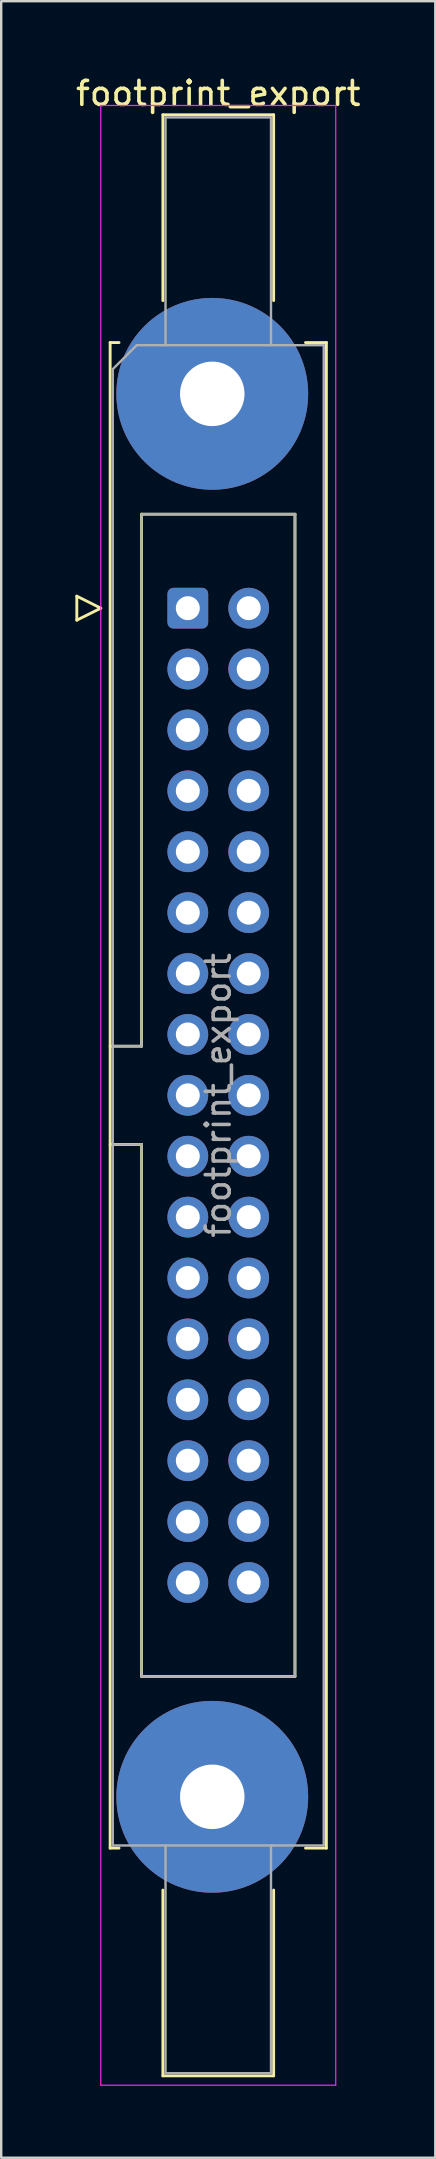
<source format=kicad_pcb>
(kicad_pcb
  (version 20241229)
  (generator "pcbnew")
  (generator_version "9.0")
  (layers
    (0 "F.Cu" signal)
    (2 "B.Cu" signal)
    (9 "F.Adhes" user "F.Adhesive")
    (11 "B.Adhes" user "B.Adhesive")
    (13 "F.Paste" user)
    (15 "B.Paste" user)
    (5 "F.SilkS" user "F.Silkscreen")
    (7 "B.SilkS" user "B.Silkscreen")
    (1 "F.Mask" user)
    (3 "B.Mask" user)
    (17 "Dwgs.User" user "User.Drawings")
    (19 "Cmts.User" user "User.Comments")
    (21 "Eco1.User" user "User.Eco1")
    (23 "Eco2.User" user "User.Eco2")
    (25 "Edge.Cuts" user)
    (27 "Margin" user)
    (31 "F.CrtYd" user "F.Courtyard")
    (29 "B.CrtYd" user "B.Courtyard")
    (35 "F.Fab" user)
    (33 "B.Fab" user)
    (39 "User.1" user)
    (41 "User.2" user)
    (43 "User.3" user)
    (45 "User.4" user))
  (footprint "footprint_export"
    (layer "F.Cu")
    (at 4.784 22.318)
    (property "Reference" "footprint_export" (at 1.27 -21.47 0) (layer "F.SilkS") (effects (font (size 1 1) (thickness 0.15))))
    (attr through_hole)
    (fp_line (start -4.63 -0.5) (end -4.63 0.5) (stroke (width 0.12) (type solid)) (layer "F.SilkS"))
    (fp_line (start -4.63 0.5) (end -3.63 0) (stroke (width 0.12) (type solid)) (layer "F.SilkS"))
    (fp_line (start -3.63 0) (end -4.63 -0.5) (stroke (width 0.12) (type solid)) (layer "F.SilkS"))
    (fp_line (start -3.24 -11.08) (end -3.24 51.72) (stroke (width 0.12) (type solid)) (layer "F.SilkS"))
    (fp_line (start -3.24 18.27) (end -1.93 18.27) (stroke (width 0.12) (type solid)) (layer "F.SilkS"))
    (fp_line (start -3.24 51.72) (end -2.87 51.72) (stroke (width 0.12) (type solid)) (layer "F.SilkS"))
    (fp_line (start -2.87 -11.08) (end -3.24 -11.08) (stroke (width 0.12) (type solid)) (layer "F.SilkS"))
    (fp_line (start -1.93 -3.92) (end 4.47 -3.92) (stroke (width 0.12) (type solid)) (layer "F.SilkS"))
    (fp_line (start -1.93 18.27) (end -1.93 -3.92) (stroke (width 0.12) (type solid)) (layer "F.SilkS"))
    (fp_line (start -1.93 22.37) (end -3.24 22.37) (stroke (width 0.12) (type solid)) (layer "F.SilkS"))
    (fp_line (start -1.93 22.37) (end -1.93 22.37) (stroke (width 0.12) (type solid)) (layer "F.SilkS"))
    (fp_line (start -1.93 44.56) (end -1.93 22.37) (stroke (width 0.12) (type solid)) (layer "F.SilkS"))
    (fp_line (start -1.04 -20.58) (end 3.58 -20.58) (stroke (width 0.12) (type solid)) (layer "F.SilkS"))
    (fp_line (start -1.04 -12.83) (end -1.04 -20.58) (stroke (width 0.12) (type solid)) (layer "F.SilkS"))
    (fp_line (start -1.04 53.47) (end -1.04 61.22) (stroke (width 0.12) (type solid)) (layer "F.SilkS"))
    (fp_line (start -1.04 61.22) (end 3.58 61.22) (stroke (width 0.12) (type solid)) (layer "F.SilkS"))
    (fp_line (start 3.58 -20.58) (end 3.58 -12.83) (stroke (width 0.12) (type solid)) (layer "F.SilkS"))
    (fp_line (start 3.58 61.22) (end 3.58 53.47) (stroke (width 0.12) (type solid)) (layer "F.SilkS"))
    (fp_line (start 4.47 -3.92) (end 4.47 44.56) (stroke (width 0.12) (type solid)) (layer "F.SilkS"))
    (fp_line (start 4.47 44.56) (end -1.93 44.56) (stroke (width 0.12) (type solid)) (layer "F.SilkS"))
    (fp_line (start 4.91 -11.08) (end 5.78 -11.08) (stroke (width 0.12) (type solid)) (layer "F.SilkS"))
    (fp_line (start 5.78 -11.08) (end 5.78 51.72) (stroke (width 0.12) (type solid)) (layer "F.SilkS"))
    (fp_line (start 5.78 51.72) (end 4.91 51.72) (stroke (width 0.12) (type solid)) (layer "F.SilkS"))
    (fp_line (start -3.63 -20.97) (end -3.63 61.61) (stroke (width 0.05) (type solid)) (layer "F.CrtYd"))
    (fp_line (start -3.63 61.61) (end 6.17 61.61) (stroke (width 0.05) (type solid)) (layer "F.CrtYd"))
    (fp_line (start 6.17 -20.97) (end -3.63 -20.97) (stroke (width 0.05) (type solid)) (layer "F.CrtYd"))
    (fp_line (start 6.17 61.61) (end 6.17 -20.97) (stroke (width 0.05) (type solid)) (layer "F.CrtYd"))
    (fp_line (start -3.13 -9.97) (end -2.13 -10.97) (stroke (width 0.1) (type solid)) (layer "F.Fab"))
    (fp_line (start -3.13 18.27) (end -1.93 18.27) (stroke (width 0.1) (type solid)) (layer "F.Fab"))
    (fp_line (start -3.13 51.61) (end -3.13 -9.97) (stroke (width 0.1) (type solid)) (layer "F.Fab"))
    (fp_line (start -2.13 -10.97) (end 5.67 -10.97) (stroke (width 0.1) (type solid)) (layer "F.Fab"))
    (fp_line (start -1.93 -3.92) (end 4.47 -3.92) (stroke (width 0.1) (type solid)) (layer "F.Fab"))
    (fp_line (start -1.93 18.27) (end -1.93 -3.92) (stroke (width 0.1) (type solid)) (layer "F.Fab"))
    (fp_line (start -1.93 22.37) (end -3.13 22.37) (stroke (width 0.1) (type solid)) (layer "F.Fab"))
    (fp_line (start -1.93 22.37) (end -1.93 22.37) (stroke (width 0.1) (type solid)) (layer "F.Fab"))
    (fp_line (start -1.93 44.56) (end -1.93 22.37) (stroke (width 0.1) (type solid)) (layer "F.Fab"))
    (fp_line (start -0.93 -20.47) (end 3.47 -20.47) (stroke (width 0.1) (type solid)) (layer "F.Fab"))
    (fp_line (start -0.93 -10.97) (end -0.93 -20.47) (stroke (width 0.1) (type solid)) (layer "F.Fab"))
    (fp_line (start -0.93 51.61) (end -0.93 61.11) (stroke (width 0.1) (type solid)) (layer "F.Fab"))
    (fp_line (start -0.93 61.11) (end 3.47 61.11) (stroke (width 0.1) (type solid)) (layer "F.Fab"))
    (fp_line (start 3.47 -20.47) (end 3.47 -10.97) (stroke (width 0.1) (type solid)) (layer "F.Fab"))
    (fp_line (start 3.47 61.11) (end 3.47 51.61) (stroke (width 0.1) (type solid)) (layer "F.Fab"))
    (fp_line (start 4.47 -3.92) (end 4.47 44.56) (stroke (width 0.1) (type solid)) (layer "F.Fab"))
    (fp_line (start 4.47 44.56) (end -1.93 44.56) (stroke (width 0.1) (type solid)) (layer "F.Fab"))
    (fp_line (start 5.67 -10.97) (end 5.67 51.61) (stroke (width 0.1) (type solid)) (layer "F.Fab"))
    (fp_line (start 5.67 51.61) (end -3.13 51.61) (stroke (width 0.1) (type solid)) (layer "F.Fab"))
    (fp_text user "${REFERENCE}" (at 1.27 20.32 90) (layer "F.Fab") (effects (font (size 1 1) (thickness 0.15))))
    (pad "1" thru_hole roundrect (at 0 0) (size 1.7 1.7) (drill 1) (layers "*.Cu" "*.Mask") (roundrect_rratio 0.147))
    (pad "2" thru_hole circle (at 2.54 0) (size 1.7 1.7) (drill 1) (layers "*.Cu" "*.Mask"))
    (pad "3" thru_hole circle (at 0 2.54) (size 1.7 1.7) (drill 1) (layers "*.Cu" "*.Mask"))
    (pad "4" thru_hole circle (at 2.54 2.54) (size 1.7 1.7) (drill 1) (layers "*.Cu" "*.Mask"))
    (pad "5" thru_hole circle (at 0 5.08) (size 1.7 1.7) (drill 1) (layers "*.Cu" "*.Mask"))
    (pad "6" thru_hole circle (at 2.54 5.08) (size 1.7 1.7) (drill 1) (layers "*.Cu" "*.Mask"))
    (pad "7" thru_hole circle (at 0 7.62) (size 1.7 1.7) (drill 1) (layers "*.Cu" "*.Mask"))
    (pad "8" thru_hole circle (at 2.54 7.62) (size 1.7 1.7) (drill 1) (layers "*.Cu" "*.Mask"))
    (pad "9" thru_hole circle (at 0 10.16) (size 1.7 1.7) (drill 1) (layers "*.Cu" "*.Mask"))
    (pad "10" thru_hole circle (at 2.54 10.16) (size 1.7 1.7) (drill 1) (layers "*.Cu" "*.Mask"))
    (pad "11" thru_hole circle (at 0 12.7) (size 1.7 1.7) (drill 1) (layers "*.Cu" "*.Mask"))
    (pad "12" thru_hole circle (at 2.54 12.7) (size 1.7 1.7) (drill 1) (layers "*.Cu" "*.Mask"))
    (pad "13" thru_hole circle (at 0 15.24) (size 1.7 1.7) (drill 1) (layers "*.Cu" "*.Mask"))
    (pad "14" thru_hole circle (at 2.54 15.24) (size 1.7 1.7) (drill 1) (layers "*.Cu" "*.Mask"))
    (pad "15" thru_hole circle (at 0 17.78) (size 1.7 1.7) (drill 1) (layers "*.Cu" "*.Mask"))
    (pad "16" thru_hole circle (at 2.54 17.78) (size 1.7 1.7) (drill 1) (layers "*.Cu" "*.Mask"))
    (pad "17" thru_hole circle (at 0 20.32) (size 1.7 1.7) (drill 1) (layers "*.Cu" "*.Mask"))
    (pad "18" thru_hole circle (at 2.54 20.32) (size 1.7 1.7) (drill 1) (layers "*.Cu" "*.Mask"))
    (pad "19" thru_hole circle (at 0 22.86) (size 1.7 1.7) (drill 1) (layers "*.Cu" "*.Mask"))
    (pad "20" thru_hole circle (at 2.54 22.86) (size 1.7 1.7) (drill 1) (layers "*.Cu" "*.Mask"))
    (pad "21" thru_hole circle (at 0 25.4) (size 1.7 1.7) (drill 1) (layers "*.Cu" "*.Mask"))
    (pad "22" thru_hole circle (at 2.54 25.4) (size 1.7 1.7) (drill 1) (layers "*.Cu" "*.Mask"))
    (pad "23" thru_hole circle (at 0 27.94) (size 1.7 1.7) (drill 1) (layers "*.Cu" "*.Mask"))
    (pad "24" thru_hole circle (at 2.54 27.94) (size 1.7 1.7) (drill 1) (layers "*.Cu" "*.Mask"))
    (pad "25" thru_hole circle (at 0 30.48) (size 1.7 1.7) (drill 1) (layers "*.Cu" "*.Mask"))
    (pad "26" thru_hole circle (at 2.54 30.48) (size 1.7 1.7) (drill 1) (layers "*.Cu" "*.Mask"))
    (pad "27" thru_hole circle (at 0 33.02) (size 1.7 1.7) (drill 1) (layers "*.Cu" "*.Mask"))
    (pad "28" thru_hole circle (at 2.54 33.02) (size 1.7 1.7) (drill 1) (layers "*.Cu" "*.Mask"))
    (pad "29" thru_hole circle (at 0 35.56) (size 1.7 1.7) (drill 1) (layers "*.Cu" "*.Mask"))
    (pad "30" thru_hole circle (at 2.54 35.56) (size 1.7 1.7) (drill 1) (layers "*.Cu" "*.Mask"))
    (pad "31" thru_hole circle (at 0 38.1) (size 1.7 1.7) (drill 1) (layers "*.Cu" "*.Mask"))
    (pad "32" thru_hole circle (at 2.54 38.1) (size 1.7 1.7) (drill 1) (layers "*.Cu" "*.Mask"))
    (pad "33" thru_hole circle (at 0 40.64) (size 1.7 1.7) (drill 1) (layers "*.Cu" "*.Mask"))
    (pad "34" thru_hole circle (at 2.54 40.64) (size 1.7 1.7) (drill 1) (layers "*.Cu" "*.Mask"))
    (pad "MP" thru_hole circle (at 1.02 -8.94) (size 8 8) (drill 2.69) (layers "*.Cu" "*.Mask"))
    (pad "MP" thru_hole circle (at 1.02 49.58) (size 8 8) (drill 2.69) (layers "*.Cu" "*.Mask")))
  (gr_rect
    (start -3 -3)
    (end 15.107 86.953)
    (stroke (width 0.1) (type default))
    (fill no)
    (layer "Edge.Cuts")))
</source>
